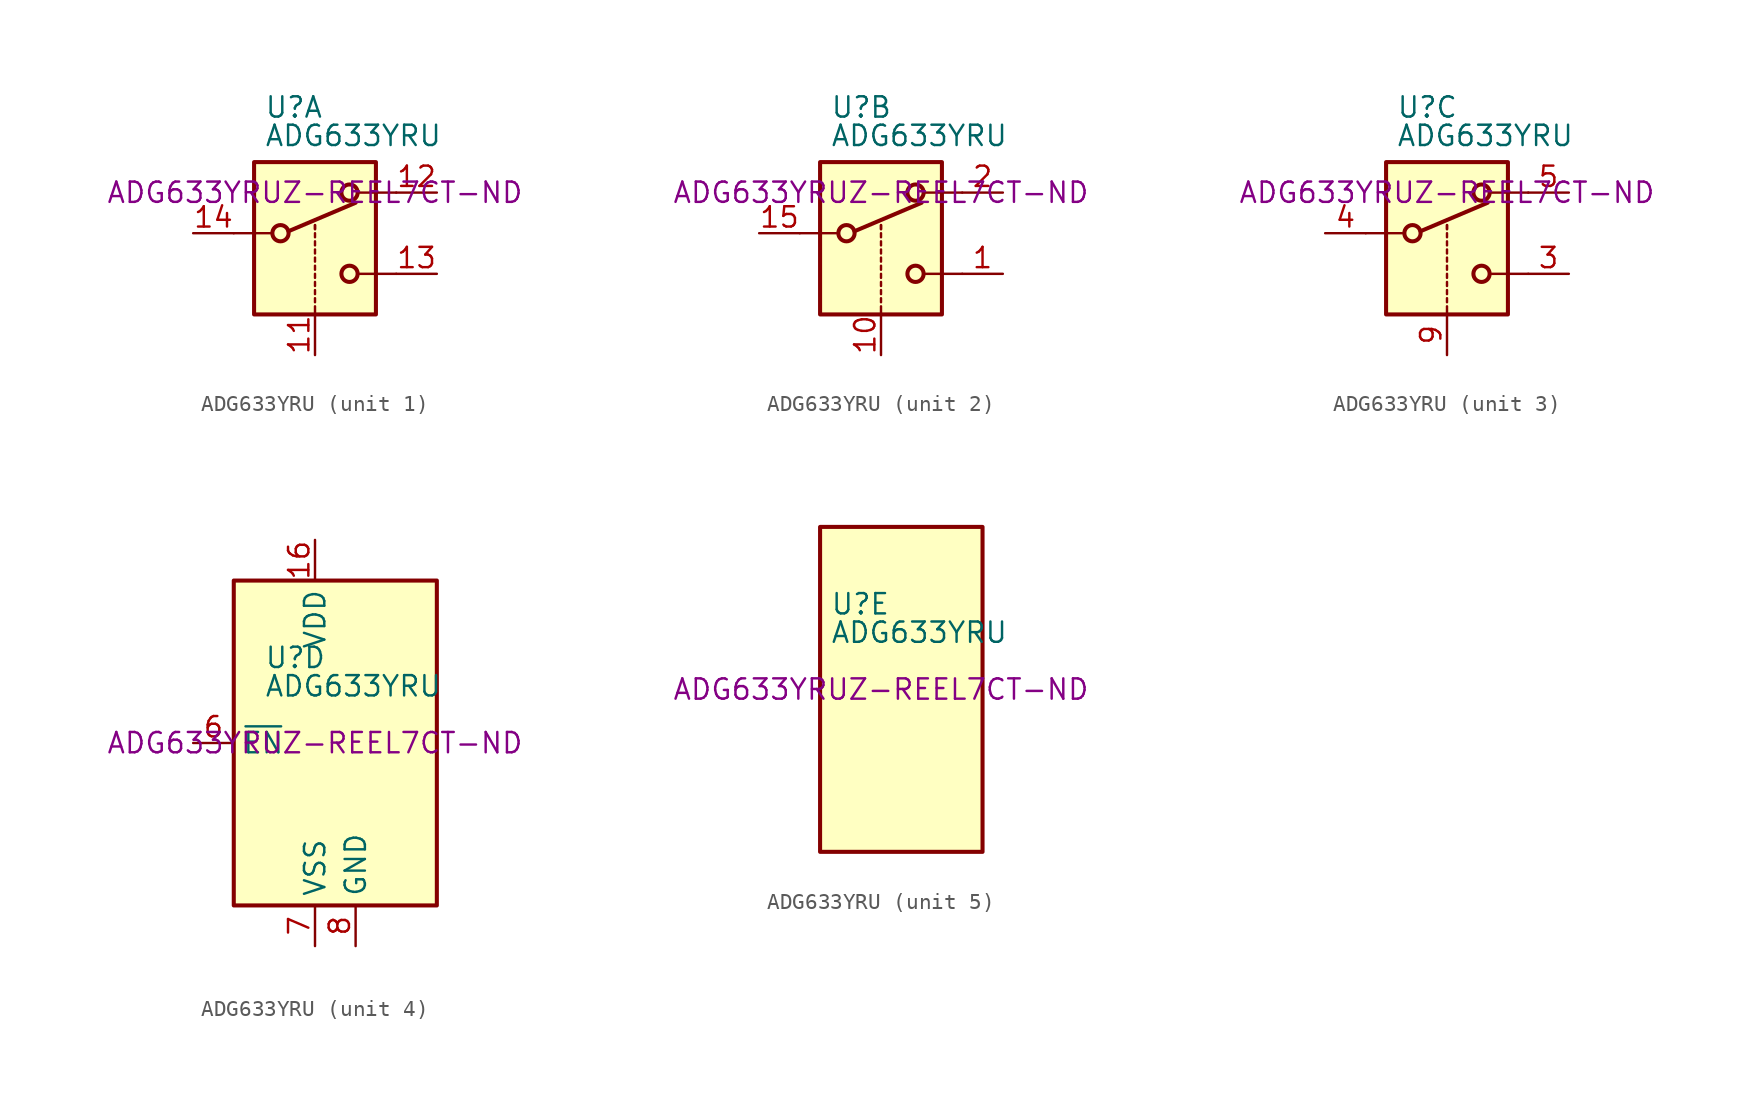
<source format=kicad_sym>
(kicad_symbol_lib
  (version 20211014)
  (generator kicad_symbol_editor)
  (symbol "ADG633YRU"
    (property "Reference" "U"
      (at -3.175 5.334 0)
      (effects (font (size 1.27 1.27)) (justify left)))
    (property "Value" "ADG633YRU"
      (at -3.175 3.556 0)
      (effects (font (size 1.27 1.27)) (justify left)))
    (property "Digikey" "ADG633YRUZ-REEL7CT-ND"
      (at 0 0 0)
      (effects (font (size 1.27 1.27))))
    (symbol "ADG633YRU_1_1"
      (rectangle (start -3.81 1.905) (end 3.81 -7.62) (stroke (width 0.254) (type default) (color 0 0 0 0)) (fill (type background)))
      (circle (center -2.159 -2.54) (radius 0.508) (stroke (width 0.254) (type default) (color 0 0 0 0)) (fill (type none)))
      (polyline (pts (xy -5.08 -2.54) (xy -2.794 -2.54)) (stroke (width 0) (type default) (color 0 0 0 0)) (fill (type none)))
      (polyline (pts (xy -1.651 -2.413) (xy 2.54 -0.635)) (stroke (width 0.254) (type default) (color 0 0 0 0)) (fill (type none)))
      (polyline (pts (xy 0 -7.62) (xy 0 -7.112)) (stroke (width 0) (type default) (color 0 0 0 0)) (fill (type none)))
      (polyline (pts (xy 0 -6.858) (xy 0 -6.604)) (stroke (width 0) (type default) (color 0 0 0 0)) (fill (type none)))
      (polyline (pts (xy 0 -6.35) (xy 0 -6.096)) (stroke (width 0) (type default) (color 0 0 0 0)) (fill (type none)))
      (polyline (pts (xy 0 -5.842) (xy 0 -5.588)) (stroke (width 0) (type default) (color 0 0 0 0)) (fill (type none)))
      (polyline (pts (xy 0 -5.334) (xy 0 -5.08)) (stroke (width 0) (type default) (color 0 0 0 0)) (fill (type none)))
      (polyline (pts (xy 0 -4.826) (xy 0 -4.572)) (stroke (width 0) (type default) (color 0 0 0 0)) (fill (type none)))
      (polyline (pts (xy 0 -4.318) (xy 0 -4.064)) (stroke (width 0) (type default) (color 0 0 0 0)) (fill (type none)))
      (polyline (pts (xy 0 -3.81) (xy 0 -3.556)) (stroke (width 0) (type default) (color 0 0 0 0)) (fill (type none)))
      (polyline (pts (xy 0 -3.302) (xy 0 -3.048)) (stroke (width 0) (type default) (color 0 0 0 0)) (fill (type none)))
      (polyline (pts (xy 0 -2.794) (xy 0 -2.54)) (stroke (width 0) (type default) (color 0 0 0 0)) (fill (type none)))
      (polyline (pts (xy 0 -2.286) (xy 0 -2.032)) (stroke (width 0) (type default) (color 0 0 0 0)) (fill (type none)))
      (polyline (pts (xy 0 -2.286) (xy 0 -2.032)) (stroke (width 0) (type default) (color 0 0 0 0)) (fill (type none)))
      (polyline (pts (xy 5.08 -5.08) (xy 2.794 -5.08)) (stroke (width 0) (type default) (color 0 0 0 0)) (fill (type none)))
      (polyline (pts (xy 5.08 0) (xy 2.794 0)) (stroke (width 0) (type default) (color 0 0 0 0)) (fill (type none)))
      (circle (center 2.159 -5.08) (radius 0.508) (stroke (width 0.254) (type default) (color 0 0 0 0)) (fill (type none)))
      (circle (center 2.159 0) (radius 0.508) (stroke (width 0.254) (type default) (color 0 0 0 0)) (fill (type none)))
      (pin input line (at 0 -10.16 90) (length 2.54) (name "~" (effects (font (size 1.27 1.27)))) (number "11" (effects (font (size 1.27 1.27)))))
      (pin passive line (at 7.62 0 180) (length 2.54) (name "~" (effects (font (size 1.27 1.27)))) (number "12" (effects (font (size 1.27 1.27)))))
      (pin passive line (at 7.62 -5.08 180) (length 2.54) (name "~" (effects (font (size 1.27 1.27)))) (number "13" (effects (font (size 1.27 1.27)))))
      (pin passive line (at -7.62 -2.54 0) (length 2.54) (name "~" (effects (font (size 1.27 1.27)))) (number "14" (effects (font (size 1.27 1.27))))))
    (symbol "ADG633YRU_2_1"
      (rectangle (start -3.81 1.905) (end 3.81 -7.62) (stroke (width 0.254) (type default) (color 0 0 0 0)) (fill (type background)))
      (circle (center -2.159 -2.54) (radius 0.508) (stroke (width 0.254) (type default) (color 0 0 0 0)) (fill (type none)))
      (polyline (pts (xy -5.08 -2.54) (xy -2.794 -2.54)) (stroke (width 0) (type default) (color 0 0 0 0)) (fill (type none)))
      (polyline (pts (xy -1.651 -2.413) (xy 2.54 -0.635)) (stroke (width 0.254) (type default) (color 0 0 0 0)) (fill (type none)))
      (polyline (pts (xy 0 -7.62) (xy 0 -7.112)) (stroke (width 0) (type default) (color 0 0 0 0)) (fill (type none)))
      (polyline (pts (xy 0 -6.858) (xy 0 -6.604)) (stroke (width 0) (type default) (color 0 0 0 0)) (fill (type none)))
      (polyline (pts (xy 0 -6.35) (xy 0 -6.096)) (stroke (width 0) (type default) (color 0 0 0 0)) (fill (type none)))
      (polyline (pts (xy 0 -5.842) (xy 0 -5.588)) (stroke (width 0) (type default) (color 0 0 0 0)) (fill (type none)))
      (polyline (pts (xy 0 -5.334) (xy 0 -5.08)) (stroke (width 0) (type default) (color 0 0 0 0)) (fill (type none)))
      (polyline (pts (xy 0 -4.826) (xy 0 -4.572)) (stroke (width 0) (type default) (color 0 0 0 0)) (fill (type none)))
      (polyline (pts (xy 0 -4.318) (xy 0 -4.064)) (stroke (width 0) (type default) (color 0 0 0 0)) (fill (type none)))
      (polyline (pts (xy 0 -3.81) (xy 0 -3.556)) (stroke (width 0) (type default) (color 0 0 0 0)) (fill (type none)))
      (polyline (pts (xy 0 -3.302) (xy 0 -3.048)) (stroke (width 0) (type default) (color 0 0 0 0)) (fill (type none)))
      (polyline (pts (xy 0 -2.794) (xy 0 -2.54)) (stroke (width 0) (type default) (color 0 0 0 0)) (fill (type none)))
      (polyline (pts (xy 0 -2.286) (xy 0 -2.032)) (stroke (width 0) (type default) (color 0 0 0 0)) (fill (type none)))
      (polyline (pts (xy 0 -2.286) (xy 0 -2.032)) (stroke (width 0) (type default) (color 0 0 0 0)) (fill (type none)))
      (polyline (pts (xy 5.08 -5.08) (xy 2.794 -5.08)) (stroke (width 0) (type default) (color 0 0 0 0)) (fill (type none)))
      (polyline (pts (xy 5.08 0) (xy 2.794 0)) (stroke (width 0) (type default) (color 0 0 0 0)) (fill (type none)))
      (circle (center 2.159 -5.08) (radius 0.508) (stroke (width 0.254) (type default) (color 0 0 0 0)) (fill (type none)))
      (circle (center 2.159 0) (radius 0.508) (stroke (width 0.254) (type default) (color 0 0 0 0)) (fill (type none)))
      (pin passive line (at 7.62 -5.08 180) (length 2.54) (name "~" (effects (font (size 1.27 1.27)))) (number "1" (effects (font (size 1.27 1.27)))))
      (pin input line (at 0 -10.16 90) (length 2.54) (name "~" (effects (font (size 1.27 1.27)))) (number "10" (effects (font (size 1.27 1.27)))))
      (pin passive line (at -7.62 -2.54 0) (length 2.54) (name "~" (effects (font (size 1.27 1.27)))) (number "15" (effects (font (size 1.27 1.27)))))
      (pin passive line (at 7.62 0 180) (length 2.54) (name "~" (effects (font (size 1.27 1.27)))) (number "2" (effects (font (size 1.27 1.27))))))
    (symbol "ADG633YRU_3_1"
      (rectangle (start -3.81 1.905) (end 3.81 -7.62) (stroke (width 0.254) (type default) (color 0 0 0 0)) (fill (type background)))
      (circle (center -2.159 -2.54) (radius 0.508) (stroke (width 0.254) (type default) (color 0 0 0 0)) (fill (type none)))
      (polyline (pts (xy -5.08 -2.54) (xy -2.794 -2.54)) (stroke (width 0) (type default) (color 0 0 0 0)) (fill (type none)))
      (polyline (pts (xy -1.651 -2.413) (xy 2.54 -0.635)) (stroke (width 0.254) (type default) (color 0 0 0 0)) (fill (type none)))
      (polyline (pts (xy 0 -7.62) (xy 0 -7.112)) (stroke (width 0) (type default) (color 0 0 0 0)) (fill (type none)))
      (polyline (pts (xy 0 -6.858) (xy 0 -6.604)) (stroke (width 0) (type default) (color 0 0 0 0)) (fill (type none)))
      (polyline (pts (xy 0 -6.35) (xy 0 -6.096)) (stroke (width 0) (type default) (color 0 0 0 0)) (fill (type none)))
      (polyline (pts (xy 0 -5.842) (xy 0 -5.588)) (stroke (width 0) (type default) (color 0 0 0 0)) (fill (type none)))
      (polyline (pts (xy 0 -5.334) (xy 0 -5.08)) (stroke (width 0) (type default) (color 0 0 0 0)) (fill (type none)))
      (polyline (pts (xy 0 -4.826) (xy 0 -4.572)) (stroke (width 0) (type default) (color 0 0 0 0)) (fill (type none)))
      (polyline (pts (xy 0 -4.318) (xy 0 -4.064)) (stroke (width 0) (type default) (color 0 0 0 0)) (fill (type none)))
      (polyline (pts (xy 0 -3.81) (xy 0 -3.556)) (stroke (width 0) (type default) (color 0 0 0 0)) (fill (type none)))
      (polyline (pts (xy 0 -3.302) (xy 0 -3.048)) (stroke (width 0) (type default) (color 0 0 0 0)) (fill (type none)))
      (polyline (pts (xy 0 -2.794) (xy 0 -2.54)) (stroke (width 0) (type default) (color 0 0 0 0)) (fill (type none)))
      (polyline (pts (xy 0 -2.286) (xy 0 -2.032)) (stroke (width 0) (type default) (color 0 0 0 0)) (fill (type none)))
      (polyline (pts (xy 0 -2.286) (xy 0 -2.032)) (stroke (width 0) (type default) (color 0 0 0 0)) (fill (type none)))
      (polyline (pts (xy 5.08 -5.08) (xy 2.794 -5.08)) (stroke (width 0) (type default) (color 0 0 0 0)) (fill (type none)))
      (polyline (pts (xy 5.08 0) (xy 2.794 0)) (stroke (width 0) (type default) (color 0 0 0 0)) (fill (type none)))
      (circle (center 2.159 -5.08) (radius 0.508) (stroke (width 0.254) (type default) (color 0 0 0 0)) (fill (type none)))
      (circle (center 2.159 0) (radius 0.508) (stroke (width 0.254) (type default) (color 0 0 0 0)) (fill (type none)))
      (pin passive line (at 7.62 -5.08 180) (length 2.54) (name "~" (effects (font (size 1.27 1.27)))) (number "3" (effects (font (size 1.27 1.27)))))
      (pin passive line (at -7.62 -2.54 0) (length 2.54) (name "~" (effects (font (size 1.27 1.27)))) (number "4" (effects (font (size 1.27 1.27)))))
      (pin passive line (at 7.62 0 180) (length 2.54) (name "~" (effects (font (size 1.27 1.27)))) (number "5" (effects (font (size 1.27 1.27)))))
      (pin input line (at 0 -10.16 90) (length 2.54) (name "~" (effects (font (size 1.27 1.27)))) (number "9" (effects (font (size 1.27 1.27))))))
    (symbol "ADG633YRU_4_0"
      (pin power_in line (at 0 12.7 270) (length 2.54) (name "VDD" (effects (font (size 1.27 1.27)))) (number "16" (effects (font (size 1.27 1.27)))))
      (pin input line (at -7.62 0 0) (length 2.54) (name "~{EN}" (effects (font (size 1.27 1.27)))) (number "6" (effects (font (size 1.27 1.27)))))
      (pin power_in line (at 0 -12.7 90) (length 2.54) (name "VSS" (effects (font (size 1.27 1.27)))) (number "7" (effects (font (size 1.27 1.27)))))
      (pin power_in line (at 2.54 -12.7 90) (length 2.54) (name "GND" (effects (font (size 1.27 1.27)))) (number "8" (effects (font (size 1.27 1.27))))))
    (symbol "ADG633YRU_4_1"
      (rectangle (start -5.08 10.16) (end 7.62 -10.16) (stroke (width 0.254) (type default) (color 0 0 0 0)) (fill (type background))))
    (symbol "ADG633YRU_5_1"
      (rectangle (start -3.81 10.16) (end 6.35 -10.16) (stroke (width 0.254) (type default) (color 0 0 0 0)) (fill (type background))))))
</source>
